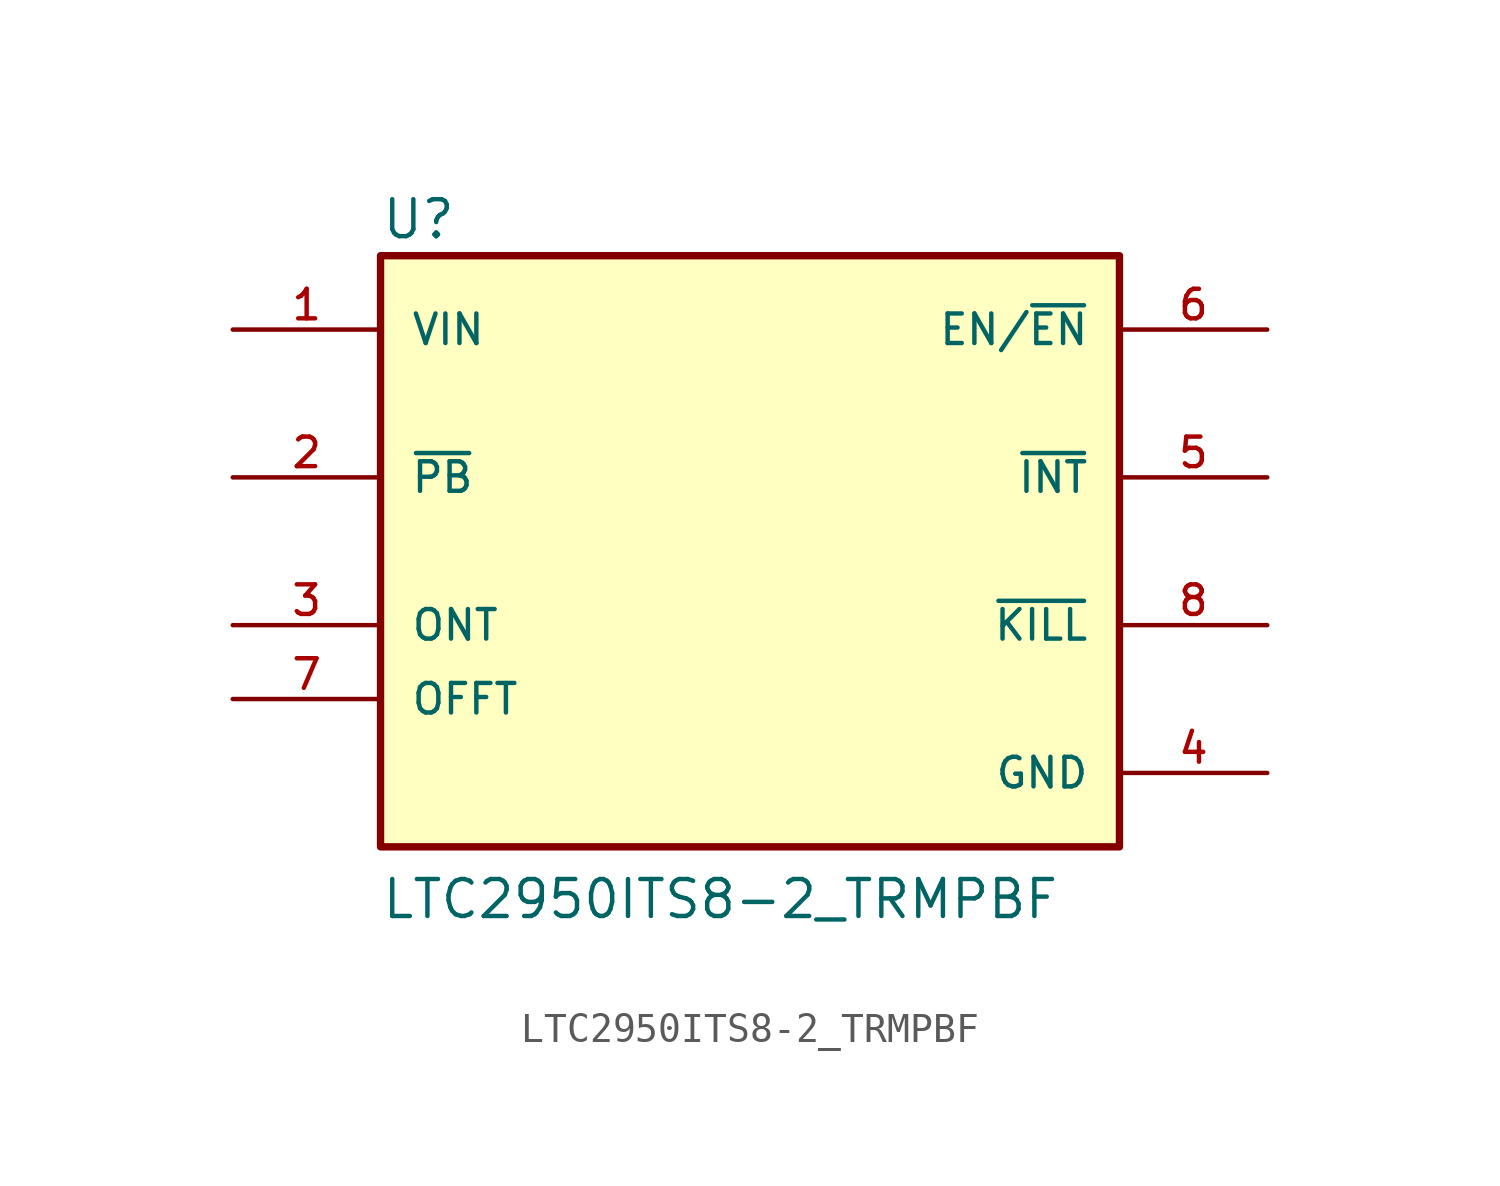
<source format=kicad_sym>
(kicad_symbol_lib
  (version 20211014)
  (generator kicad_symbol_editor)
  (symbol "LTC2950ITS8-2_TRMPBF"
    (pin_names
      (offset 1.016))
    (property "Reference" "U"
      (at -12.7 10.668 0.0)
      (effects (font (size 1.27 1.27)) (justify bottom left)))
    (property "Value" "LTC2950ITS8-2_TRMPBF"
      (at -12.7 -12.7 0.0)
      (effects (font (size 1.27 1.27)) (justify bottom left)))
    (symbol "LTC2950ITS8-2_TRMPBF_0_0"
      (rectangle (start -12.7 -10.16) (end 12.7 10.16) (stroke (width 0.254)) (fill (type background)))
      (pin input line (at -17.78 7.62 0) (length 5.08) (name "VIN" (effects (font (size 1.016 1.016)))) (number "1" (effects (font (size 1.016 1.016)))))
      (pin input line (at -17.78 2.54 0) (length 5.08) (name "~{PB}" (effects (font (size 1.016 1.016)))) (number "2" (effects (font (size 1.016 1.016)))))
      (pin input line (at -17.78 -2.54 0) (length 5.08) (name "ONT" (effects (font (size 1.016 1.016)))) (number "3" (effects (font (size 1.016 1.016)))))
      (pin input line (at -17.78 -5.08 0) (length 5.08) (name "OFFT" (effects (font (size 1.016 1.016)))) (number "7" (effects (font (size 1.016 1.016)))))
      (pin input line (at 17.78 -2.54 180.0) (length 5.08) (name "~{KILL}" (effects (font (size 1.016 1.016)))) (number "8" (effects (font (size 1.016 1.016)))))
      (pin power_in line (at 17.78 -7.62 180.0) (length 5.08) (name "GND" (effects (font (size 1.016 1.016)))) (number "4" (effects (font (size 1.016 1.016)))))
      (pin output line (at 17.78 7.62 180.0) (length 5.08) (name "EN/~{EN}" (effects (font (size 1.016 1.016)))) (number "6" (effects (font (size 1.016 1.016)))))
      (pin output line (at 17.78 2.54 180.0) (length 5.08) (name "~{INT}" (effects (font (size 1.016 1.016)))) (number "5" (effects (font (size 1.016 1.016))))))))
</source>
